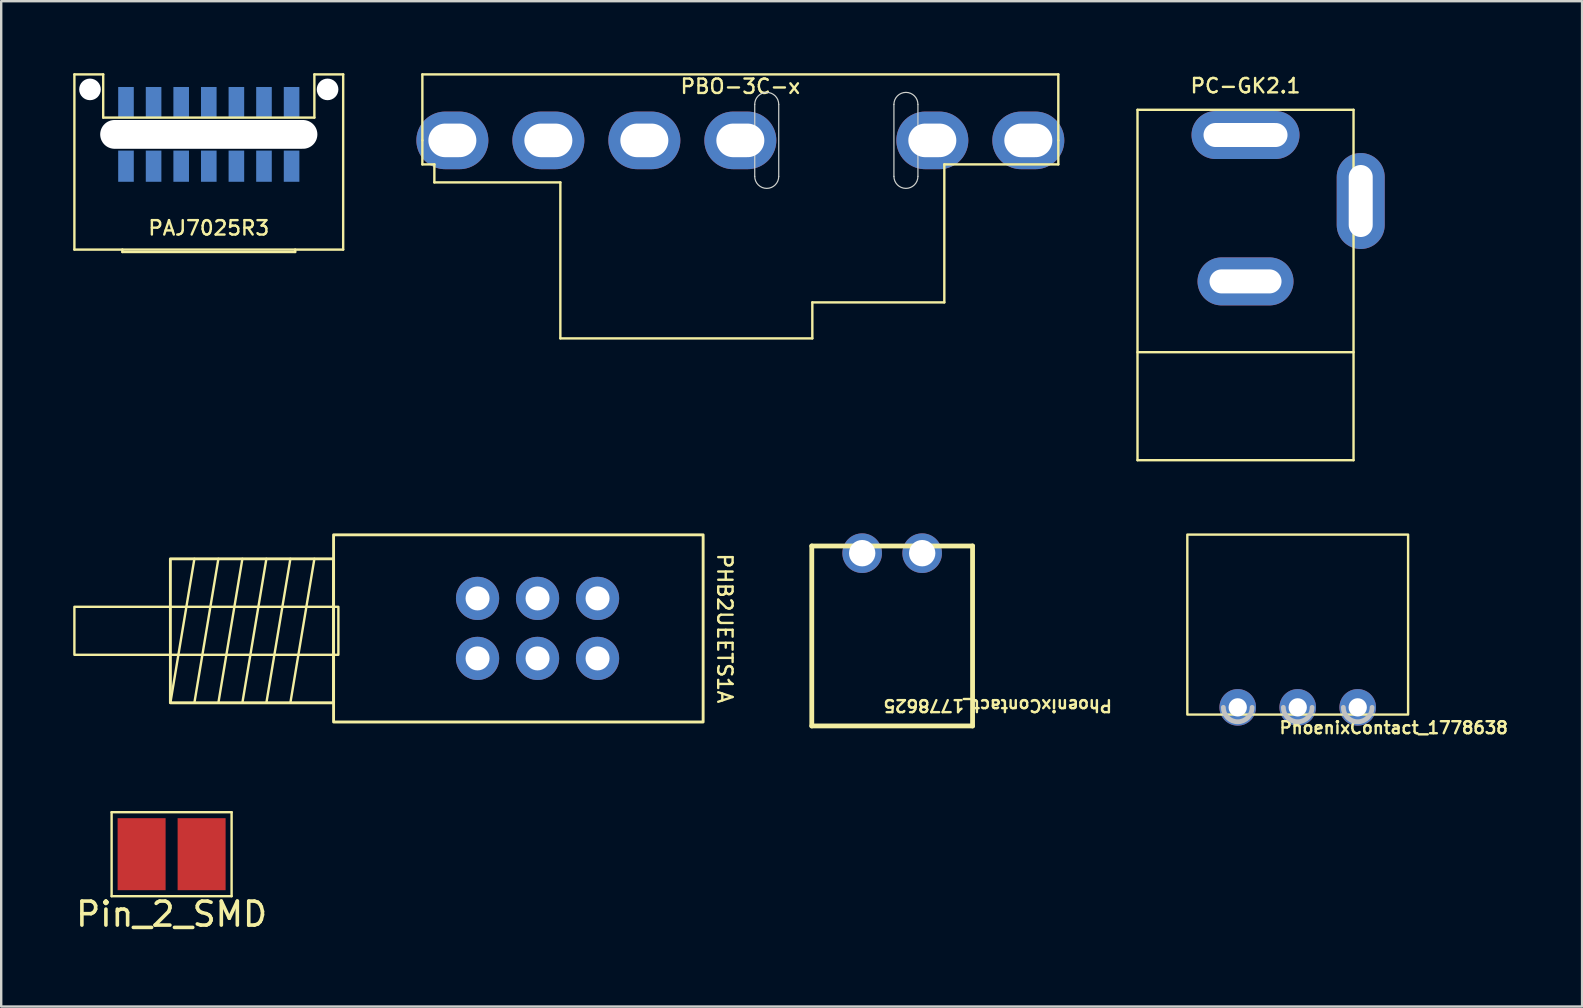
<source format=kicad_pcb>
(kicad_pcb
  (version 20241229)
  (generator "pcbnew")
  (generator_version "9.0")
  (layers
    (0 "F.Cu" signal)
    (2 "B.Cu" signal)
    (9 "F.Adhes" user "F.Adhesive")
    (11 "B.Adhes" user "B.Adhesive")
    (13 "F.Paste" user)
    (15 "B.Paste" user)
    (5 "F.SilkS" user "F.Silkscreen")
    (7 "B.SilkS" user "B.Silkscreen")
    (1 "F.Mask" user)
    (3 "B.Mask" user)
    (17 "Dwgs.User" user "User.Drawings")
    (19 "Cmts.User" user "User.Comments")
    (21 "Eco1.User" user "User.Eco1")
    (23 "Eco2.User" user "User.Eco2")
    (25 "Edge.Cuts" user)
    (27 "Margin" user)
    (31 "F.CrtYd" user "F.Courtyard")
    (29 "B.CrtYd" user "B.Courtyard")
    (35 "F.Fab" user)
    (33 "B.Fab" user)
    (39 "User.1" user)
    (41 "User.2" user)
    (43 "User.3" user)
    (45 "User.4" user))
  (footprint "PHB2UEETS1A"
    (layer "F.Cu")
    (at 19.35 23.136)
    (property "Reference" "PHB2UEETS1A" (at 7.8 0 270) (unlocked yes) (layer "F.SilkS") (effects (font (size 0.6 0.6) (thickness 0.1) (bold yes))))
    (attr through_hole)
    (fp_line (start -14.3 -2.9) (end -15.3 3.1) (stroke (width 0.1) (type default)) (layer "F.SilkS"))
    (fp_line (start -13.3 -2.9) (end -14.3 3.1) (stroke (width 0.1) (type default)) (layer "F.SilkS"))
    (fp_line (start -12.3 -2.9) (end -13.3 3.1) (stroke (width 0.1) (type default)) (layer "F.SilkS"))
    (fp_line (start -11.3 -2.9) (end -12.3 3.1) (stroke (width 0.1) (type default)) (layer "F.SilkS"))
    (fp_line (start -10.3 -2.9) (end -11.3 3.1) (stroke (width 0.1) (type default)) (layer "F.SilkS"))
    (fp_line (start -9.3 -2.9) (end -10.3 3.1) (stroke (width 0.1) (type default)) (layer "F.SilkS"))
    (fp_rect (start -19.3 -0.9) (end -8.3 1.1) (stroke (width 0.1) (type default)) (fill no) (layer "F.SilkS"))
    (fp_rect (start -15.3 -2.9) (end -8.5 3.1) (stroke (width 0.12) (type default)) (fill no) (layer "F.SilkS"))
    (fp_rect (start -8.5 -3.9) (end 6.9 3.9) (stroke (width 0.12) (type default)) (fill no) (layer "F.SilkS"))
    (pad "1" thru_hole circle (at -2.5 -1.25) (size 1.8 1.8) (drill 1) (layers "*.Cu" "*.Mask"))
    (pad "2" thru_hole circle (at 0 -1.25) (size 1.8 1.8) (drill 1) (layers "*.Cu" "*.Mask"))
    (pad "3" thru_hole circle (at 2.5 -1.25) (size 1.8 1.8) (drill 1) (layers "*.Cu" "*.Mask"))
    (pad "4" thru_hole circle (at -2.5 1.25) (size 1.8 1.8) (drill 1) (layers "*.Cu" "*.Mask"))
    (pad "5" thru_hole circle (at 0 1.25) (size 1.8 1.8) (drill 1) (layers "*.Cu" "*.Mask"))
    (pad "6" thru_hole circle (at 2.5 1.25) (size 1.8 1.8) (drill 1) (layers "*.Cu" "*.Mask")))
  (footprint "PhoenixContact_1778625"
    (layer "F.Cu")
    (at 34.127 23.451)
    (property "Reference" "PhoenixContact_1778625" (at 4.4 2.9 180) (unlocked yes) (layer "F.SilkS") (effects (font (size 0.5 0.5) (thickness 0.1))))
    (attr through_hole)
    (fp_line (start -3.35 -3.75) (end 3.35 -3.75) (stroke (width 0.2) (type solid)) (layer "F.SilkS"))
    (fp_line (start -3.35 3.75) (end -3.35 -3.75) (stroke (width 0.2) (type solid)) (layer "F.SilkS"))
    (fp_line (start 3.35 -3.75) (end 3.35 3.75) (stroke (width 0.2) (type solid)) (layer "F.SilkS"))
    (fp_line (start 3.35 3.75) (end -3.35 3.75) (stroke (width 0.2) (type solid)) (layer "F.SilkS"))
    (pad "1" thru_hole circle (at -1.25 -3.45) (size 1.65 1.65) (drill 1.1) (layers "*.Cu" "*.Mask"))
    (pad "2" thru_hole circle (at 1.25 -3.45) (size 1.65 1.65) (drill 1.1) (layers "*.Cu" "*.Mask")))
  (footprint "PBO-3C-x"
    (layer "F.Cu")
    (at 27.8 2.8)
    (property "Reference" "PBO-3C-x" (at 0 -2.25 0) (unlocked yes) (layer "F.SilkS") (effects (font (size 0.6 0.6) (thickness 0.1) (bold yes))))
    (attr through_hole)
    (fp_line (start -13.25 -2.75) (end -13.25 0) (stroke (width 0.1) (type default)) (layer "F.SilkS"))
    (fp_line (start -13.25 -2.75) (end 13.25 -2.75) (stroke (width 0.1) (type default)) (layer "F.SilkS"))
    (fp_line (start -13.25 0) (end -13.25 1) (stroke (width 0.1) (type default)) (layer "F.SilkS"))
    (fp_line (start -13.25 1) (end -12.75 1) (stroke (width 0.1) (type default)) (layer "F.SilkS"))
    (fp_line (start -12.75 1) (end -12.75 1.75) (stroke (width 0.1) (type default)) (layer "F.SilkS"))
    (fp_line (start -12.75 1.75) (end -7.5 1.75) (stroke (width 0.1) (type default)) (layer "F.SilkS"))
    (fp_line (start -7.5 1.75) (end -7.5 8.25) (stroke (width 0.1) (type default)) (layer "F.SilkS"))
    (fp_line (start -7.5 8.25) (end 3 8.25) (stroke (width 0.1) (type default)) (layer "F.SilkS"))
    (fp_line (start 3 6.75) (end 3 8.25) (stroke (width 0.1) (type default)) (layer "F.SilkS"))
    (fp_line (start 8.5 6.75) (end 3 6.75) (stroke (width 0.1) (type default)) (layer "F.SilkS"))
    (fp_line (start 8.5 6.75) (end 8.5 1) (stroke (width 0.1) (type default)) (layer "F.SilkS"))
    (fp_line (start 13.25 -2.75) (end 13.25 0) (stroke (width 0.1) (type default)) (layer "F.SilkS"))
    (fp_line (start 13.25 0) (end 13.25 1) (stroke (width 0.1) (type default)) (layer "F.SilkS"))
    (fp_line (start 13.25 1) (end 8.5 1) (stroke (width 0.1) (type default)) (layer "F.SilkS"))
    (fp_line (start 0.6 -1.5) (end 0.6 1.5) (stroke (width 0.05) (type default)) (layer "Edge.Cuts"))
    (fp_line (start 1.6 -1.5) (end 1.6 1.5) (stroke (width 0.05) (type default)) (layer "Edge.Cuts"))
    (fp_line (start 6.4 -1.5) (end 6.4 1.5) (stroke (width 0.05) (type default)) (layer "Edge.Cuts"))
    (fp_line (start 7.4 -1.5) (end 7.4 1.5) (stroke (width 0.05) (type default)) (layer "Edge.Cuts"))
    (fp_arc (start 0.6 -1.5) (mid 1.1 -2) (end 1.6 -1.5) (stroke (width 0.05) (type default)) (layer "Edge.Cuts"))
    (fp_arc (start 1.6 1.5) (mid 1.1 2) (end 0.6 1.5) (stroke (width 0.05) (type default)) (layer "Edge.Cuts"))
    (fp_arc (start 6.4 -1.5) (mid 6.9 -2) (end 7.4 -1.5) (stroke (width 0.05) (type default)) (layer "Edge.Cuts"))
    (fp_arc (start 7.4 1.5) (mid 6.9 2) (end 6.4 1.5) (stroke (width 0.05) (type default)) (layer "Edge.Cuts"))
    (pad "1" thru_hole oval (at -12 0) (size 3 2.4) (drill oval 2 1.4) (layers "*.Cu" "*.Mask"))
    (pad "2" thru_hole oval (at -8 0) (size 3 2.4) (drill oval 2 1.4) (layers "*.Cu" "*.Mask"))
    (pad "3" thru_hole oval (at -4 0) (size 3 2.4) (drill oval 2 1.4) (layers "*.Cu" "*.Mask"))
    (pad "4" thru_hole oval (at 0 0) (size 3 2.4) (drill oval 2 1.4) (layers "*.Cu" "*.Mask"))
    (pad "5" thru_hole oval (at 8 0) (size 3 2.4) (drill oval 2 1.4) (layers "*.Cu" "*.Mask"))
    (pad "6" thru_hole oval (at 12 0) (size 3 2.4) (drill oval 2 1.4) (layers "*.Cu" "*.Mask")))
  (footprint "PC-GK2.1"
    (layer "F.Cu")
    (at 48.851 8.826)
    (property "Reference" "PC-GK2.1" (at 0 -8.3 0) (layer "F.SilkS") (effects (font (size 0.6 0.6) (thickness 0.1))))
    (attr through_hole)
    (fp_line (start -4.501 -7.3) (end -4.501 7.3) (stroke (width 0.1) (type solid)) (layer "F.SilkS"))
    (fp_line (start -4.501 2.799) (end 4.501 2.799) (stroke (width 0.1) (type solid)) (layer "F.SilkS"))
    (fp_line (start -4.501 7.3) (end 4.501 7.3) (stroke (width 0.1) (type solid)) (layer "F.SilkS"))
    (fp_line (start 4.501 -7.3) (end -4.501 -7.3) (stroke (width 0.1) (type solid)) (layer "F.SilkS"))
    (fp_line (start 4.501 7.3) (end 4.501 -7.3) (stroke (width 0.1) (type solid)) (layer "F.SilkS"))
    (pad "1" thru_hole oval (at 0 -6.25) (size 4.5 2) (drill oval 3.5 1) (layers "*.Cu" "*.Mask"))
    (pad "2" thru_hole oval (at 4.8 -3.5) (size 2 4) (drill oval 1 3) (layers "*.Cu" "*.Mask"))
    (pad "3" thru_hole oval (at 0 -0.15) (size 4 2) (drill oval 3 1) (layers "*.Cu" "*.Mask")))
  (footprint "PAJ7025R3"
    (layer "F.Cu")
    (at 5.65 2.55)
    (property "Reference" "PAJ7025R3" (at 0 3.9 0) (layer "F.SilkS") (effects (font (size 0.6 0.6) (thickness 0.1))))
    (attr smd)
    (fp_line (start -5.6 -2.5) (end -5.6 4.8) (stroke (width 0.1) (type solid)) (layer "F.SilkS"))
    (fp_line (start -5.6 4.8) (end 5.6 4.8) (stroke (width 0.1) (type solid)) (layer "F.SilkS"))
    (fp_line (start -4.4 -2.5) (end -5.6 -2.5) (stroke (width 0.1) (type solid)) (layer "F.SilkS"))
    (fp_line (start -4.4 -0.7) (end -4.4 -2.5) (stroke (width 0.1) (type solid)) (layer "F.SilkS"))
    (fp_line (start -3.6 4.9) (end -3.6 4.8) (stroke (width 0.1) (type solid)) (layer "F.SilkS"))
    (fp_line (start -3.6 4.9) (end 3.6 4.9) (stroke (width 0.1) (type solid)) (layer "F.SilkS"))
    (fp_line (start 3.6 4.9) (end 3.6 4.8) (stroke (width 0.1) (type solid)) (layer "F.SilkS"))
    (fp_line (start 4.4 -2.5) (end 4.4 -0.7) (stroke (width 0.1) (type solid)) (layer "F.SilkS"))
    (fp_line (start 4.4 -0.7) (end -4.4 -0.7) (stroke (width 0.1) (type solid)) (layer "F.SilkS"))
    (fp_line (start 5.6 -2.5) (end 4.4 -2.5) (stroke (width 0.1) (type solid)) (layer "F.SilkS"))
    (fp_line (start 5.6 4.8) (end 5.6 -2.5) (stroke (width 0.1) (type solid)) (layer "F.SilkS"))
    (pad "" np_thru_hole circle (at -4.95 -1.875) (size 0.9 0.9) (drill 0.9) (layers "*.Cu" "*.Mask"))
    (pad "" np_thru_hole oval (at 0 0) (size 9.05 1.2) (drill oval 9.05 1.2) (layers "*.Cu" "*.Mask"))
    (pad "" np_thru_hole circle (at 4.95 -1.875) (size 0.9 0.9) (drill 0.9) (layers "*.Cu" "*.Mask"))
    (pad "1" smd rect (at 3.45 -1.325) (size 0.65 1.3) (layers "B.Cu" "B.Mask" "B.Paste"))
    (pad "2" smd rect (at 2.3 -1.325) (size 0.65 1.3) (layers "B.Cu" "B.Mask" "B.Paste"))
    (pad "3" smd rect (at 1.15 -1.325) (size 0.65 1.3) (layers "B.Cu" "B.Mask" "B.Paste"))
    (pad "4" smd rect (at 0 -1.325) (size 0.65 1.3) (layers "B.Cu" "B.Mask" "B.Paste"))
    (pad "5" smd rect (at -1.15 -1.325) (size 0.65 1.3) (layers "B.Cu" "B.Mask" "B.Paste"))
    (pad "6" smd rect (at -2.3 -1.325) (size 0.65 1.3) (layers "B.Cu" "B.Mask" "B.Paste"))
    (pad "7" smd rect (at -3.45 -1.325) (size 0.65 1.3) (layers "B.Cu" "B.Mask" "B.Paste"))
    (pad "8" smd rect (at -3.45 1.325) (size 0.65 1.3) (layers "B.Cu" "B.Mask" "B.Paste"))
    (pad "9" smd rect (at -2.3 1.325) (size 0.65 1.3) (layers "B.Cu" "B.Mask" "B.Paste"))
    (pad "10" smd rect (at -1.15 1.325) (size 0.65 1.3) (layers "B.Cu" "B.Mask" "B.Paste"))
    (pad "11" smd rect (at 0 1.325) (size 0.65 1.3) (layers "B.Cu" "B.Mask" "B.Paste"))
    (pad "12" smd rect (at 1.15 1.325) (size 0.65 1.3) (layers "B.Cu" "B.Mask" "B.Paste"))
    (pad "13" smd rect (at 2.3 1.325) (size 0.65 1.3) (layers "B.Cu" "B.Mask" "B.Paste"))
    (pad "14" smd rect (at 3.45 1.325) (size 0.65 1.3) (layers "B.Cu" "B.Mask" "B.Paste")))
  (footprint "Pin_2_SMD"
    (layer "F.Cu")
    (at 4.101 32.544)
    (property "Reference" "Pin_2_SMD" (at 0 2.5 0) (layer "F.SilkS") (effects (font (size 1 1) (thickness 0.15))))
    (attr through_hole)
    (fp_line (start -2.5 -1.75) (end 2.5 -1.75) (stroke (width 0.1) (type solid)) (layer "F.SilkS"))
    (fp_line (start -2.5 1.75) (end -2.5 -1.75) (stroke (width 0.1) (type solid)) (layer "F.SilkS"))
    (fp_line (start 2.5 -1.75) (end 2.5 1.75) (stroke (width 0.1) (type solid)) (layer "F.SilkS"))
    (fp_line (start 2.5 1.75) (end -2.5 1.75) (stroke (width 0.1) (type solid)) (layer "F.SilkS"))
    (pad "1" smd rect (at -1.25 0) (size 2 3) (layers "F.Cu" "F.Mask" "F.Paste"))
    (pad "2" smd rect (at 1.25 0) (size 2 3) (layers "F.Cu" "F.Mask" "F.Paste")))
  (footprint "PhoenixContact_1778638"
    (layer "F.Cu")
    (at 51.026 22.976)
    (property "Reference" "PhoenixContact_1778638" (at 4 4.3 0) (unlocked yes) (layer "F.SilkS") (effects (font (size 0.5 0.5) (thickness 0.1))))
    (attr through_hole)
    (fp_rect (start -4.6 -3.75) (end 4.6 3.75) (stroke (width 0.1) (type default)) (fill no) (layer "F.SilkS"))
    (fp_arc (start -1.9 3.45) (mid -2.5 4.05) (end -3.1 3.45) (stroke (width 0.2) (type solid)) (layer "Dwgs.User"))
    (fp_arc (start 0.6 3.45) (mid 0 4.05) (end -0.6 3.45) (stroke (width 0.2) (type solid)) (layer "Dwgs.User"))
    (fp_arc (start 3.1 3.45) (mid 2.5 4.05) (end 1.9 3.45) (stroke (width 0.2) (type solid)) (layer "Dwgs.User"))
    (pad "1" thru_hole circle (at -2.5 3.45) (size 1.524 1.524) (drill 0.762) (layers "*.Cu" "*.Mask"))
    (pad "2" thru_hole circle (at 0 3.45) (size 1.524 1.524) (drill 0.762) (layers "*.Cu" "*.Mask"))
    (pad "3" thru_hole circle (at 2.5 3.45) (size 1.524 1.524) (drill 0.762) (layers "*.Cu" "*.Mask")))
  (gr_rect
    (start -3 -3)
    (end 62.876 38.893)
    (stroke (width 0.1) (type default))
    (fill no)
    (layer "Edge.Cuts")))
</source>
